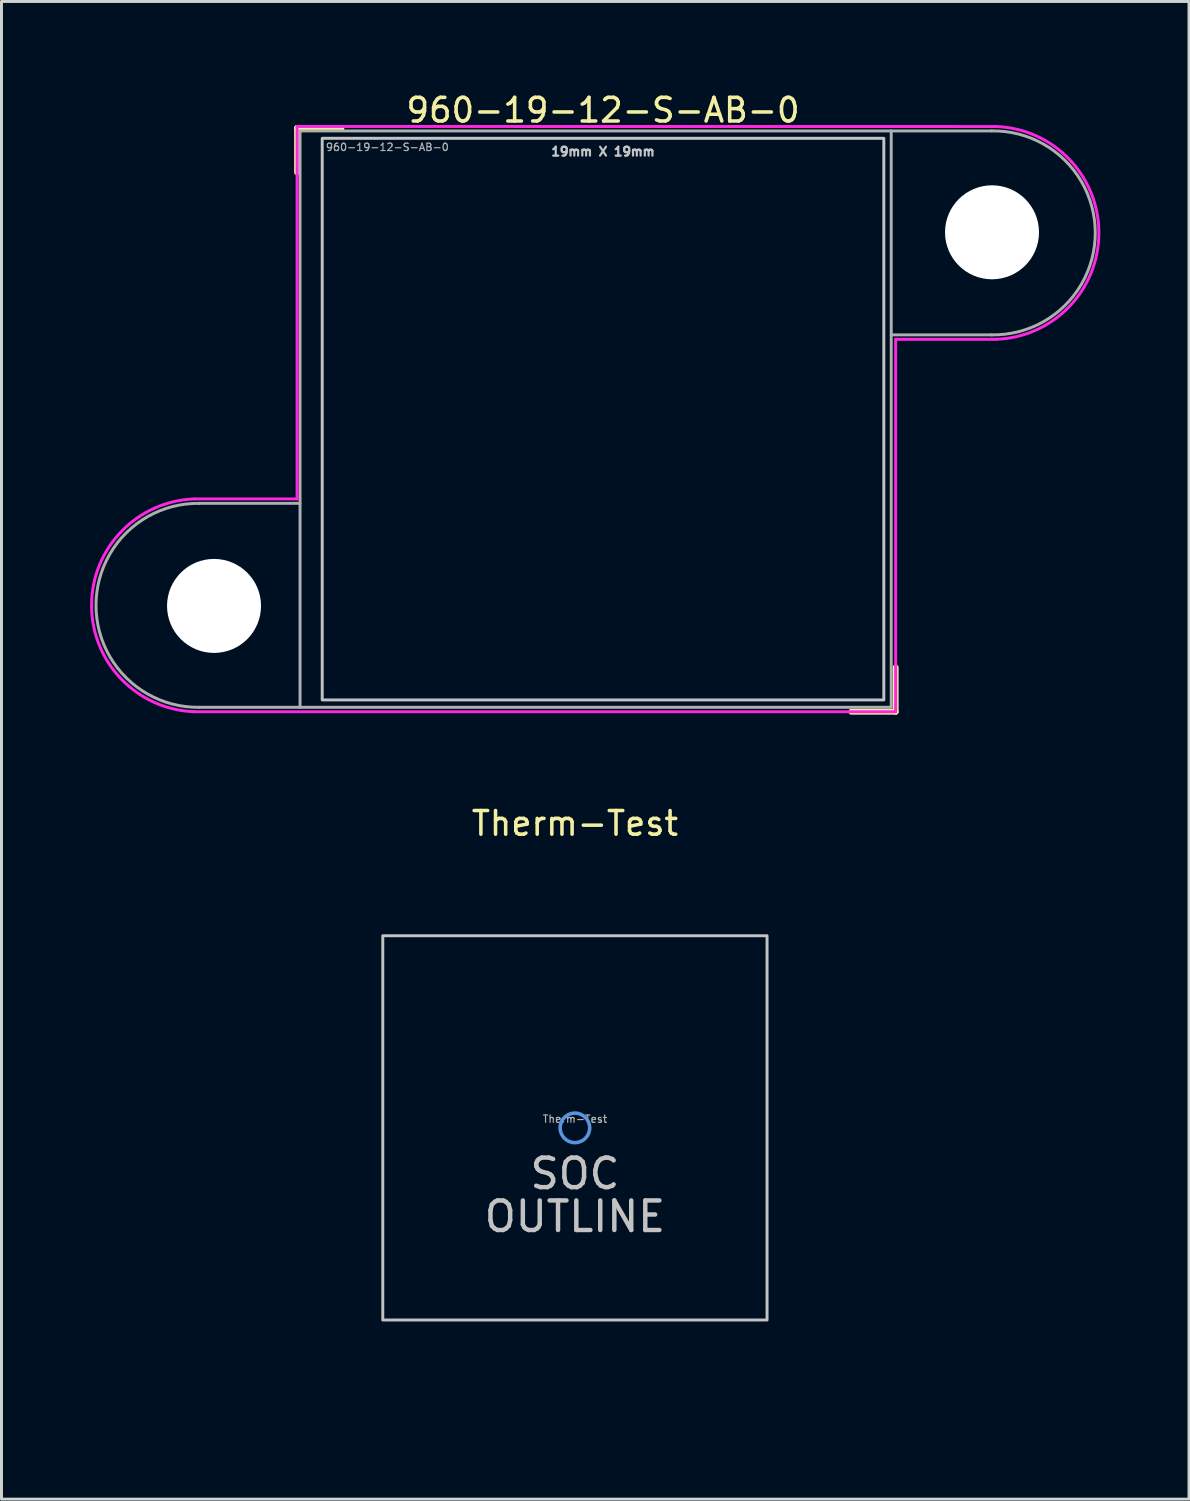
<source format=kicad_pcb>
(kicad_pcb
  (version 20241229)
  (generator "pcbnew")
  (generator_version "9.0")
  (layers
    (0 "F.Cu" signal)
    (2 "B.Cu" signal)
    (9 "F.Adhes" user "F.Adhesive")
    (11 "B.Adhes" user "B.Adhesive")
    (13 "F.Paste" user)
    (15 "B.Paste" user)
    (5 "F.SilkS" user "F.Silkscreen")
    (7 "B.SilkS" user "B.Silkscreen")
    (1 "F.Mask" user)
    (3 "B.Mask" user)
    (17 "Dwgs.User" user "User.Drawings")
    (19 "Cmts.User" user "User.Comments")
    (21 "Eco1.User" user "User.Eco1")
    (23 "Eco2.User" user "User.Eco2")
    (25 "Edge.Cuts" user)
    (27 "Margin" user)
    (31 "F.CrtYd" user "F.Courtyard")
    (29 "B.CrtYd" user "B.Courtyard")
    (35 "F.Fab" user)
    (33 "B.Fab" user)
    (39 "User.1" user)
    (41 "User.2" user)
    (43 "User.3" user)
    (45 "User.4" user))
  (footprint "Therm-Test"
    (layer "F.Cu")
    (at 16.4 35.107)
    (property "Reference" "Therm-Test" (at 0 -10.3 0) (unlocked yes) (layer "F.SilkS") (effects (font (size 0.8 0.8) (thickness 0.12))))
    (attr smd)
    (fp_rect (start -6.5 6.5) (end 6.5 -6.5) (stroke (width 0.1) (type default)) (fill no) (layer "Dwgs.User"))
    (fp_circle (center 0 0) (end 0.5 0) (stroke (width 0.12) (type default)) (fill no) (layer "Cmts.User"))
    (fp_rect (start -9.5 9.5) (end 9.5 -9.5) (stroke (width 0.12) (type default)) (fill no) (layer "User.1"))
    (fp_rect (start -13.16 6.32) (end 13.16 -6.32) (stroke (width 0.12) (type default)) (fill no) (layer "User.2"))
    (fp_circle (center -13.16 6.32) (end -9.98 6.32) (stroke (width 0.12) (type default)) (fill no) (layer "User.2"))
    (fp_circle (center 13.16 -6.32) (end 16.34 -6.32) (stroke (width 0.12) (type default)) (fill no) (layer "User.2"))
    (fp_text user "OUTLINE" (at 0 3 0) (unlocked yes) (layer "Dwgs.User") (effects (font (size 1 1) (thickness 0.15))))
    (fp_text user "SOC" (at 0 1.55 0) (unlocked yes) (layer "Dwgs.User") (effects (font (size 1 1) (thickness 0.15))))
    (fp_text user "${REFERENCE}" (at 0 -0.3 0) (unlocked yes) (layer "F.Fab") (effects (font (size 0.25 0.25) (thickness 0.04)))))
  (footprint "960-19-12-S-AB-0"
    (layer "F.Cu")
    (at 17.351 11.129)
    (property "Reference" "960-19-12-S-AB-0" (at 0 -10.45 0) (unlocked yes) (layer "F.SilkS") (effects (font (size 0.8 0.8) (thickness 0.12))))
    (attr board_only allow_missing_courtyard)
    (fp_line (start -10.35 -9.85) (end -8.85 -9.85) (stroke (width 0.2) (type default)) (layer "F.SilkS"))
    (fp_line (start -10.35 -8.35) (end -10.35 -9.85) (stroke (width 0.2) (type default)) (layer "F.SilkS"))
    (fp_line (start 9.9 8.4) (end 9.9 9.9) (stroke (width 0.2) (type default)) (layer "F.SilkS"))
    (fp_line (start 9.9 9.9) (end 8.4 9.9) (stroke (width 0.2) (type default)) (layer "F.SilkS"))
    (fp_rect (start -9.5 9.5) (end 9.5 -9.5) (stroke (width 0.1) (type default)) (fill no) (layer "Dwgs.User"))
    (fp_line (start -10.35 -9.9) (end -10.35 2.7) (stroke (width 0.1) (type default)) (layer "F.CrtYd"))
    (fp_line (start -10.35 2.7) (end -13.827 2.701) (stroke (width 0.1) (type default)) (layer "F.CrtYd"))
    (fp_line (start 9.9 -2.7) (end 13.3 -2.7) (stroke (width 0.1) (type default)) (layer "F.CrtYd"))
    (fp_line (start 9.9 9.9) (end -13.824 9.899) (stroke (width 0.1) (type default)) (layer "F.CrtYd"))
    (fp_line (start 9.9 9.9) (end 9.9 -2.7) (stroke (width 0.1) (type default)) (layer "F.CrtYd"))
    (fp_line (start 13.297 -9.899) (end -10.35 -9.9) (stroke (width 0.1) (type default)) (layer "F.CrtYd"))
    (fp_arc (start -13.824043 9.899312) (mid -17.301448 6.301646) (end -13.827333 2.700801) (stroke (width 0.1) (type default)) (layer "F.CrtYd"))
    (fp_arc (start 13.29671 -9.898511) (mid 16.774115 -6.300845) (end 13.3 -2.7) (stroke (width 0.1) (type default)) (layer "F.CrtYd"))
    (fp_line (start -10.251 2.85) (end -13.651 2.85) (stroke (width 0.1) (type default)) (layer "F.Fab"))
    (fp_line (start -10.25 9.75) (end -13.65 9.75) (stroke (width 0.1) (type default)) (layer "F.Fab"))
    (fp_line (start 9.75 -9.75) (end 13.15 -9.75) (stroke (width 0.1) (type default)) (layer "F.Fab"))
    (fp_line (start 9.751 -2.85) (end 13.151 -2.85) (stroke (width 0.1) (type default)) (layer "F.Fab"))
    (fp_rect (start -10.25 9.75) (end 9.75 -9.75) (stroke (width 0.1) (type default)) (fill no) (layer "F.Fab"))
    (fp_arc (start -13.649276 9.749999) (mid -17.150372 6.30072) (end -13.650715 2.84998) (stroke (width 0.1) (type default)) (layer "F.Fab"))
    (fp_arc (start 13.149276 -9.749999) (mid 16.650372 -6.30072) (end 13.150715 -2.84998) (stroke (width 0.1) (type default)) (layer "F.Fab"))
    (fp_text user "19mm X 19mm" (at 0 -9.05 0) (unlocked yes) (layer "Dwgs.User") (effects (font (size 0.3 0.3) (thickness 0.075))))
    (fp_text user "${REFERENCE}" (at -9.4 -9.2 0) (unlocked yes) (layer "F.Fab") (effects (font (size 0.25 0.25) (thickness 0.04)) (justify left)))
    (pad "" np_thru_hole circle (at -13.16 6.32) (size 3.18 3.18) (drill 3.18) (layers "*.Cu" "*.Mask"))
    (pad "" np_thru_hole circle (at 13.16 -6.32) (size 3.18 3.18) (drill 3.18) (layers "*.Cu" "*.Mask")))
  (gr_rect
    (start -3 -3)
    (end 37.176 47.667)
    (stroke (width 0.1) (type default))
    (fill no)
    (layer "Edge.Cuts")))
</source>
